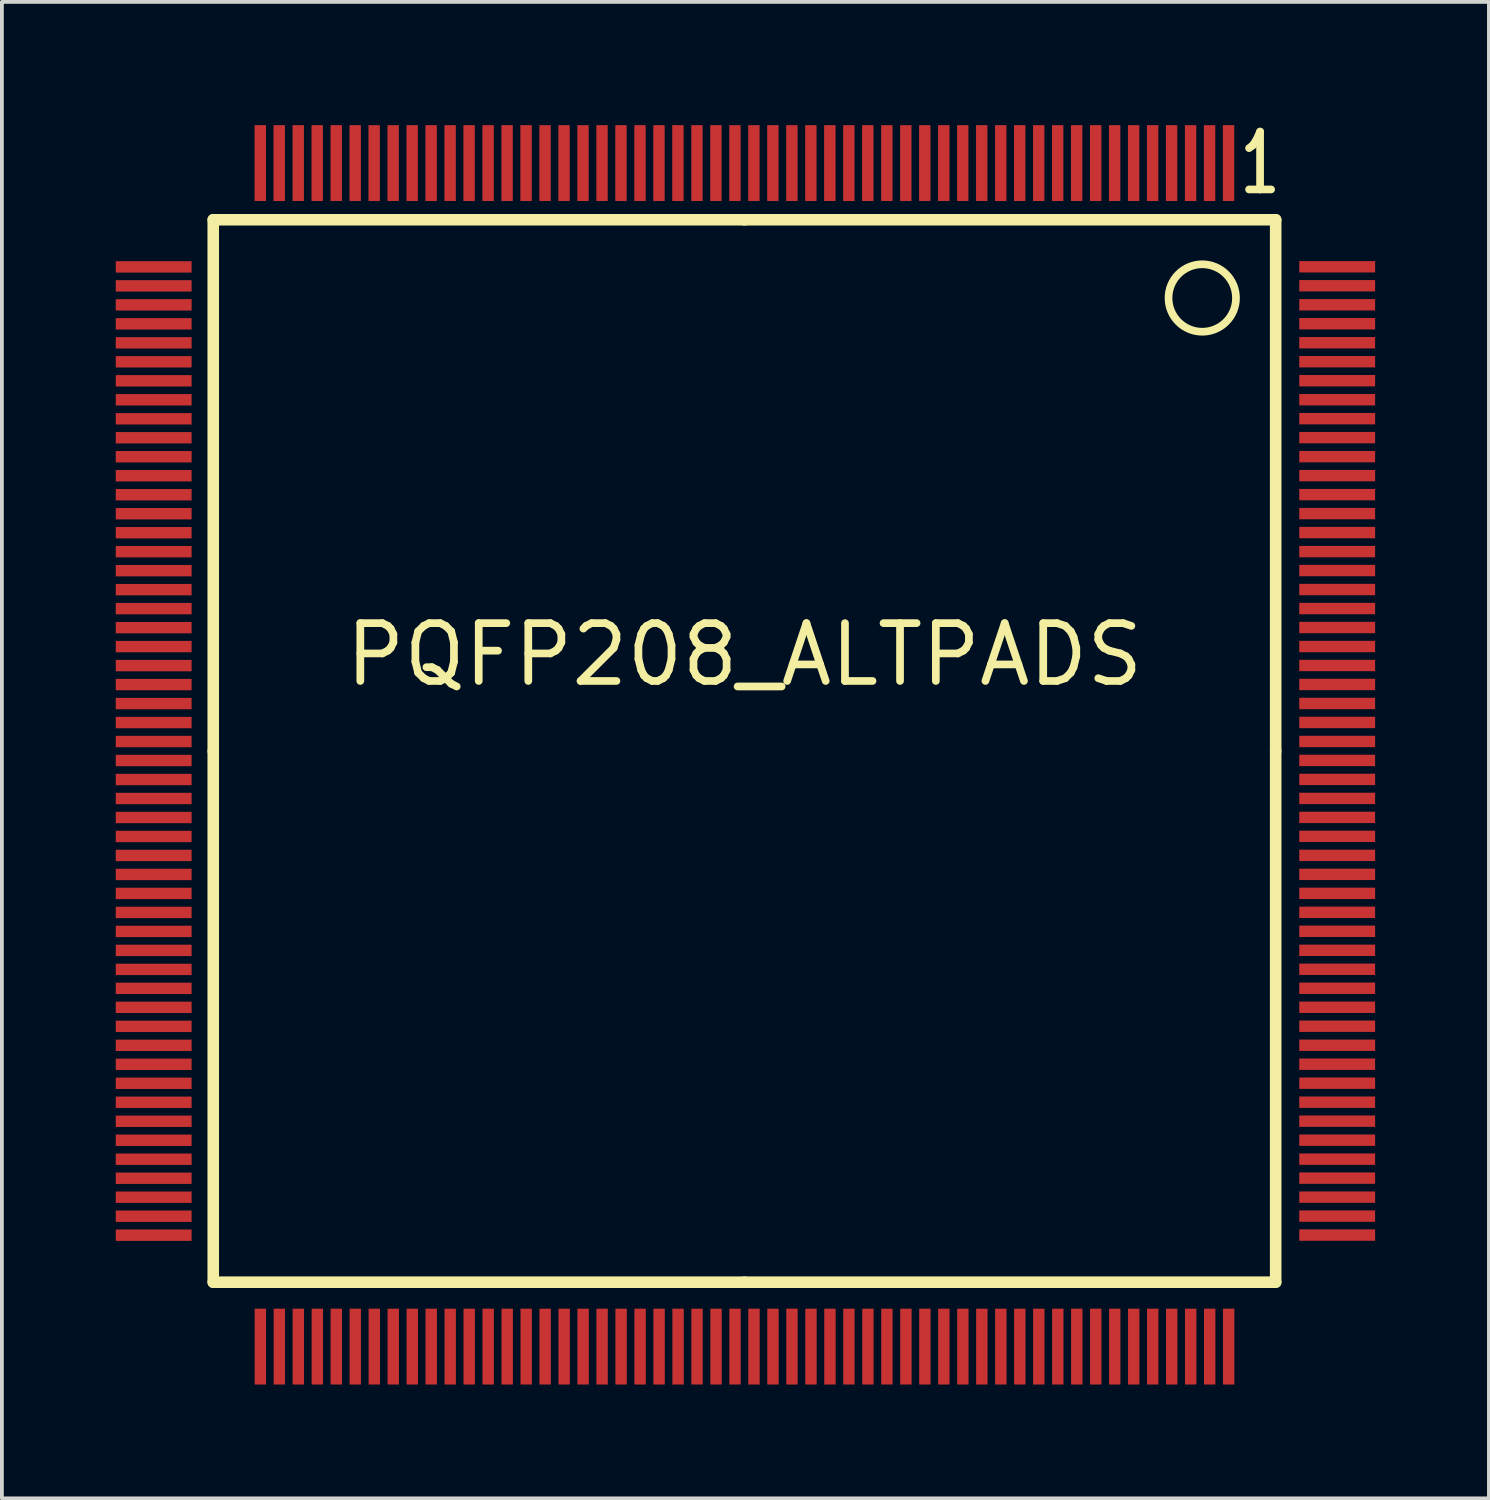
<source format=kicad_pcb>
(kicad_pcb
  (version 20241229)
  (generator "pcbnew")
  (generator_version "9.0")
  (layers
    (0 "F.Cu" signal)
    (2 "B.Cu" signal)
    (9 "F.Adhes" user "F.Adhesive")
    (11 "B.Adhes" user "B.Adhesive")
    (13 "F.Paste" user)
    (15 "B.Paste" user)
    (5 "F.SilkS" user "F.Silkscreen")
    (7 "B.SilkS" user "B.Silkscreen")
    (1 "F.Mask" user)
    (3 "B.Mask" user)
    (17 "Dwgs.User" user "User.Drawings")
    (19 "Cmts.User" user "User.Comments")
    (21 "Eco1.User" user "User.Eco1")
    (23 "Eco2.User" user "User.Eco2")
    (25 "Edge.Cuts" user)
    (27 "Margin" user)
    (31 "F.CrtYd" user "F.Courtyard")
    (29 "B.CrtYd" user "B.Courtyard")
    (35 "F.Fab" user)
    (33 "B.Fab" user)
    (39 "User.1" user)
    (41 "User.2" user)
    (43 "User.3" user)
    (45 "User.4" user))
  (footprint "PQFP208_ALTPADS"
    (layer "F.Cu")
    (at 16.57 16.742)
    (property "Reference" "PQFP208_ALTPADS" (at 0 -2.54 0) (layer "F.SilkS") (effects (font (size 1.524 1.524) (thickness 0.203))))
    (attr smd)
    (fp_line (start -14 -14) (end -14 0) (stroke (width 0.305) (type solid)) (layer "F.SilkS"))
    (fp_line (start -14 0) (end -14 14) (stroke (width 0.305) (type solid)) (layer "F.SilkS"))
    (fp_line (start -14 14) (end 0 14) (stroke (width 0.305) (type solid)) (layer "F.SilkS"))
    (fp_line (start 0 -14) (end -14 -14) (stroke (width 0.305) (type solid)) (layer "F.SilkS"))
    (fp_line (start 0 14) (end 14 14) (stroke (width 0.305) (type solid)) (layer "F.SilkS"))
    (fp_line (start 14 -14) (end 0 -14) (stroke (width 0.305) (type solid)) (layer "F.SilkS"))
    (fp_line (start 14 0) (end 14 -14) (stroke (width 0.305) (type solid)) (layer "F.SilkS"))
    (fp_line (start 14 14) (end 14 0) (stroke (width 0.305) (type solid)) (layer "F.SilkS"))
    (fp_circle (center 12.065 -11.938) (end 12.065 -12.827) (stroke (width 0.203) (type solid)) (fill no) (layer "F.SilkS"))
    (fp_text user "1" (at 13.589 -15.494 0) (layer "F.SilkS") (effects (font (size 1.524 1.016) (thickness 0.203))))
    (pad "1" smd rect (at 12.758 -15.494 90) (size 1.999 0.3) (layers "F.Cu" "F.Mask" "F.Paste"))
    (pad "2" smd rect (at 12.258 -15.494 90) (size 1.999 0.3) (layers "F.Cu" "F.Mask" "F.Paste"))
    (pad "3" smd rect (at 11.758 -15.494 90) (size 1.999 0.3) (layers "F.Cu" "F.Mask" "F.Paste"))
    (pad "4" smd rect (at 11.257 -15.494 90) (size 1.999 0.3) (layers "F.Cu" "F.Mask" "F.Paste"))
    (pad "5" smd rect (at 10.757 -15.494 90) (size 1.999 0.3) (layers "F.Cu" "F.Mask" "F.Paste"))
    (pad "6" smd rect (at 10.257 -15.494 90) (size 1.999 0.3) (layers "F.Cu" "F.Mask" "F.Paste"))
    (pad "7" smd rect (at 9.756 -15.494 90) (size 1.999 0.3) (layers "F.Cu" "F.Mask" "F.Paste"))
    (pad "8" smd rect (at 9.256 -15.494 90) (size 1.999 0.3) (layers "F.Cu" "F.Mask" "F.Paste"))
    (pad "9" smd rect (at 8.755 -15.494 90) (size 1.999 0.3) (layers "F.Cu" "F.Mask" "F.Paste"))
    (pad "10" smd rect (at 8.255 -15.494 90) (size 1.999 0.3) (layers "F.Cu" "F.Mask" "F.Paste"))
    (pad "11" smd rect (at 7.755 -15.494 90) (size 1.999 0.3) (layers "F.Cu" "F.Mask" "F.Paste"))
    (pad "12" smd rect (at 7.254 -15.494 90) (size 1.999 0.3) (layers "F.Cu" "F.Mask" "F.Paste"))
    (pad "13" smd rect (at 6.754 -15.494 90) (size 1.999 0.3) (layers "F.Cu" "F.Mask" "F.Paste"))
    (pad "14" smd rect (at 6.253 -15.494 90) (size 1.999 0.3) (layers "F.Cu" "F.Mask" "F.Paste"))
    (pad "15" smd rect (at 5.753 -15.494 90) (size 1.999 0.3) (layers "F.Cu" "F.Mask" "F.Paste"))
    (pad "16" smd rect (at 5.253 -15.494 90) (size 1.999 0.3) (layers "F.Cu" "F.Mask" "F.Paste"))
    (pad "17" smd rect (at 4.752 -15.494 90) (size 1.999 0.3) (layers "F.Cu" "F.Mask" "F.Paste"))
    (pad "18" smd rect (at 4.252 -15.494 90) (size 1.999 0.3) (layers "F.Cu" "F.Mask" "F.Paste"))
    (pad "19" smd rect (at 3.752 -15.494 90) (size 1.999 0.3) (layers "F.Cu" "F.Mask" "F.Paste"))
    (pad "20" smd rect (at 3.251 -15.494 90) (size 1.999 0.3) (layers "F.Cu" "F.Mask" "F.Paste"))
    (pad "21" smd rect (at 2.751 -15.494 90) (size 1.999 0.3) (layers "F.Cu" "F.Mask" "F.Paste"))
    (pad "22" smd rect (at 2.25 -15.494 90) (size 1.999 0.3) (layers "F.Cu" "F.Mask" "F.Paste"))
    (pad "23" smd rect (at 1.75 -15.494 90) (size 1.999 0.3) (layers "F.Cu" "F.Mask" "F.Paste"))
    (pad "24" smd rect (at 1.25 -15.494 90) (size 1.999 0.3) (layers "F.Cu" "F.Mask" "F.Paste"))
    (pad "25" smd rect (at 0.749 -15.494 90) (size 1.999 0.3) (layers "F.Cu" "F.Mask" "F.Paste"))
    (pad "26" smd rect (at 0.249 -15.494 90) (size 1.999 0.3) (layers "F.Cu" "F.Mask" "F.Paste"))
    (pad "27" smd rect (at -0.251 -15.494 90) (size 1.999 0.3) (layers "F.Cu" "F.Mask" "F.Paste"))
    (pad "28" smd rect (at -0.752 -15.494 90) (size 1.999 0.3) (layers "F.Cu" "F.Mask" "F.Paste"))
    (pad "29" smd rect (at -1.252 -15.494 90) (size 1.999 0.3) (layers "F.Cu" "F.Mask" "F.Paste"))
    (pad "30" smd rect (at -1.753 -15.494 90) (size 1.999 0.3) (layers "F.Cu" "F.Mask" "F.Paste"))
    (pad "31" smd rect (at -2.253 -15.494 90) (size 1.999 0.3) (layers "F.Cu" "F.Mask" "F.Paste"))
    (pad "32" smd rect (at -2.753 -15.494 90) (size 1.999 0.3) (layers "F.Cu" "F.Mask" "F.Paste"))
    (pad "33" smd rect (at -3.254 -15.494 90) (size 1.999 0.3) (layers "F.Cu" "F.Mask" "F.Paste"))
    (pad "34" smd rect (at -3.754 -15.494 90) (size 1.999 0.3) (layers "F.Cu" "F.Mask" "F.Paste"))
    (pad "35" smd rect (at -4.255 -15.494 90) (size 1.999 0.3) (layers "F.Cu" "F.Mask" "F.Paste"))
    (pad "36" smd rect (at -4.755 -15.494 90) (size 1.999 0.3) (layers "F.Cu" "F.Mask" "F.Paste"))
    (pad "37" smd rect (at -5.255 -15.494 90) (size 1.999 0.3) (layers "F.Cu" "F.Mask" "F.Paste"))
    (pad "38" smd rect (at -5.756 -15.494 90) (size 1.999 0.3) (layers "F.Cu" "F.Mask" "F.Paste"))
    (pad "39" smd rect (at -6.256 -15.494 90) (size 1.999 0.3) (layers "F.Cu" "F.Mask" "F.Paste"))
    (pad "40" smd rect (at -6.756 -15.494 90) (size 1.999 0.3) (layers "F.Cu" "F.Mask" "F.Paste"))
    (pad "41" smd rect (at -7.257 -15.494 90) (size 1.999 0.3) (layers "F.Cu" "F.Mask" "F.Paste"))
    (pad "42" smd rect (at -7.757 -15.494 90) (size 1.999 0.3) (layers "F.Cu" "F.Mask" "F.Paste"))
    (pad "43" smd rect (at -8.258 -15.494 90) (size 1.999 0.3) (layers "F.Cu" "F.Mask" "F.Paste"))
    (pad "44" smd rect (at -8.758 -15.494 90) (size 1.999 0.3) (layers "F.Cu" "F.Mask" "F.Paste"))
    (pad "45" smd rect (at -9.258 -15.494 90) (size 1.999 0.3) (layers "F.Cu" "F.Mask" "F.Paste"))
    (pad "46" smd rect (at -9.759 -15.494 90) (size 1.999 0.3) (layers "F.Cu" "F.Mask" "F.Paste"))
    (pad "47" smd rect (at -10.259 -15.494 90) (size 1.999 0.3) (layers "F.Cu" "F.Mask" "F.Paste"))
    (pad "48" smd rect (at -10.759 -15.494 90) (size 1.999 0.3) (layers "F.Cu" "F.Mask" "F.Paste"))
    (pad "49" smd rect (at -11.26 -15.494 90) (size 1.999 0.3) (layers "F.Cu" "F.Mask" "F.Paste"))
    (pad "50" smd rect (at -11.76 -15.494 90) (size 1.999 0.3) (layers "F.Cu" "F.Mask" "F.Paste"))
    (pad "51" smd rect (at -12.261 -15.494 90) (size 1.999 0.3) (layers "F.Cu" "F.Mask" "F.Paste"))
    (pad "52" smd rect (at -12.761 -15.494 90) (size 1.999 0.3) (layers "F.Cu" "F.Mask" "F.Paste"))
    (pad "53" smd rect (at -15.57 -12.758) (size 1.999 0.3) (layers "F.Cu" "F.Mask" "F.Paste"))
    (pad "54" smd rect (at -15.57 -12.258) (size 1.999 0.3) (layers "F.Cu" "F.Mask" "F.Paste"))
    (pad "55" smd rect (at -15.57 -11.758) (size 1.999 0.3) (layers "F.Cu" "F.Mask" "F.Paste"))
    (pad "56" smd rect (at -15.57 -11.257) (size 1.999 0.3) (layers "F.Cu" "F.Mask" "F.Paste"))
    (pad "57" smd rect (at -15.57 -10.757) (size 1.999 0.3) (layers "F.Cu" "F.Mask" "F.Paste"))
    (pad "58" smd rect (at -15.57 -10.257) (size 1.999 0.3) (layers "F.Cu" "F.Mask" "F.Paste"))
    (pad "59" smd rect (at -15.57 -9.756) (size 1.999 0.3) (layers "F.Cu" "F.Mask" "F.Paste"))
    (pad "60" smd rect (at -15.57 -9.256) (size 1.999 0.3) (layers "F.Cu" "F.Mask" "F.Paste"))
    (pad "61" smd rect (at -15.57 -8.755) (size 1.999 0.3) (layers "F.Cu" "F.Mask" "F.Paste"))
    (pad "62" smd rect (at -15.57 -8.255) (size 1.999 0.3) (layers "F.Cu" "F.Mask" "F.Paste"))
    (pad "63" smd rect (at -15.57 -7.755) (size 1.999 0.3) (layers "F.Cu" "F.Mask" "F.Paste"))
    (pad "64" smd rect (at -15.57 -7.254) (size 1.999 0.3) (layers "F.Cu" "F.Mask" "F.Paste"))
    (pad "65" smd rect (at -15.57 -6.754) (size 1.999 0.3) (layers "F.Cu" "F.Mask" "F.Paste"))
    (pad "66" smd rect (at -15.57 -6.253) (size 1.999 0.3) (layers "F.Cu" "F.Mask" "F.Paste"))
    (pad "67" smd rect (at -15.57 -5.753) (size 1.999 0.3) (layers "F.Cu" "F.Mask" "F.Paste"))
    (pad "68" smd rect (at -15.57 -5.253) (size 1.999 0.3) (layers "F.Cu" "F.Mask" "F.Paste"))
    (pad "69" smd rect (at -15.57 -4.752) (size 1.999 0.3) (layers "F.Cu" "F.Mask" "F.Paste"))
    (pad "70" smd rect (at -15.57 -4.252) (size 1.999 0.3) (layers "F.Cu" "F.Mask" "F.Paste"))
    (pad "71" smd rect (at -15.57 -3.752) (size 1.999 0.3) (layers "F.Cu" "F.Mask" "F.Paste"))
    (pad "72" smd rect (at -15.57 -3.251) (size 1.999 0.3) (layers "F.Cu" "F.Mask" "F.Paste"))
    (pad "73" smd rect (at -15.57 -2.751) (size 1.999 0.3) (layers "F.Cu" "F.Mask" "F.Paste"))
    (pad "74" smd rect (at -15.57 -2.25) (size 1.999 0.3) (layers "F.Cu" "F.Mask" "F.Paste"))
    (pad "75" smd rect (at -15.57 -1.75) (size 1.999 0.3) (layers "F.Cu" "F.Mask" "F.Paste"))
    (pad "76" smd rect (at -15.57 -1.25) (size 1.999 0.3) (layers "F.Cu" "F.Mask" "F.Paste"))
    (pad "77" smd rect (at -15.57 -0.749) (size 1.999 0.3) (layers "F.Cu" "F.Mask" "F.Paste"))
    (pad "78" smd rect (at -15.57 -0.249) (size 1.999 0.3) (layers "F.Cu" "F.Mask" "F.Paste"))
    (pad "79" smd rect (at -15.57 0.251) (size 1.999 0.3) (layers "F.Cu" "F.Mask" "F.Paste"))
    (pad "80" smd rect (at -15.57 0.752) (size 1.999 0.3) (layers "F.Cu" "F.Mask" "F.Paste"))
    (pad "81" smd rect (at -15.57 1.252) (size 1.999 0.3) (layers "F.Cu" "F.Mask" "F.Paste"))
    (pad "82" smd rect (at -15.57 1.753) (size 1.999 0.3) (layers "F.Cu" "F.Mask" "F.Paste"))
    (pad "83" smd rect (at -15.57 2.253) (size 1.999 0.3) (layers "F.Cu" "F.Mask" "F.Paste"))
    (pad "84" smd rect (at -15.57 2.753) (size 1.999 0.3) (layers "F.Cu" "F.Mask" "F.Paste"))
    (pad "85" smd rect (at -15.57 3.254) (size 1.999 0.3) (layers "F.Cu" "F.Mask" "F.Paste"))
    (pad "86" smd rect (at -15.57 3.754) (size 1.999 0.3) (layers "F.Cu" "F.Mask" "F.Paste"))
    (pad "87" smd rect (at -15.57 4.255) (size 1.999 0.3) (layers "F.Cu" "F.Mask" "F.Paste"))
    (pad "88" smd rect (at -15.57 4.755) (size 1.999 0.3) (layers "F.Cu" "F.Mask" "F.Paste"))
    (pad "89" smd rect (at -15.57 5.255) (size 1.999 0.3) (layers "F.Cu" "F.Mask" "F.Paste"))
    (pad "90" smd rect (at -15.57 5.756) (size 1.999 0.3) (layers "F.Cu" "F.Mask" "F.Paste"))
    (pad "91" smd rect (at -15.57 6.256) (size 1.999 0.3) (layers "F.Cu" "F.Mask" "F.Paste"))
    (pad "92" smd rect (at -15.57 6.756) (size 1.999 0.3) (layers "F.Cu" "F.Mask" "F.Paste"))
    (pad "93" smd rect (at -15.57 7.257) (size 1.999 0.3) (layers "F.Cu" "F.Mask" "F.Paste"))
    (pad "94" smd rect (at -15.57 7.757) (size 1.999 0.3) (layers "F.Cu" "F.Mask" "F.Paste"))
    (pad "95" smd rect (at -15.57 8.258) (size 1.999 0.3) (layers "F.Cu" "F.Mask" "F.Paste"))
    (pad "96" smd rect (at -15.57 8.758) (size 1.999 0.3) (layers "F.Cu" "F.Mask" "F.Paste"))
    (pad "97" smd rect (at -15.57 9.258) (size 1.999 0.3) (layers "F.Cu" "F.Mask" "F.Paste"))
    (pad "98" smd rect (at -15.57 9.759) (size 1.999 0.3) (layers "F.Cu" "F.Mask" "F.Paste"))
    (pad "99" smd rect (at -15.57 10.259) (size 1.999 0.3) (layers "F.Cu" "F.Mask" "F.Paste"))
    (pad "100" smd rect (at -15.57 10.759) (size 1.999 0.3) (layers "F.Cu" "F.Mask" "F.Paste"))
    (pad "101" smd rect (at -15.57 11.26) (size 1.999 0.3) (layers "F.Cu" "F.Mask" "F.Paste"))
    (pad "102" smd rect (at -15.57 11.76) (size 1.999 0.3) (layers "F.Cu" "F.Mask" "F.Paste"))
    (pad "103" smd rect (at -15.57 12.261) (size 1.999 0.3) (layers "F.Cu" "F.Mask" "F.Paste"))
    (pad "104" smd rect (at -15.57 12.761) (size 1.999 0.3) (layers "F.Cu" "F.Mask" "F.Paste"))
    (pad "105" smd rect (at -12.758 15.697 90) (size 1.999 0.3) (layers "F.Cu" "F.Mask" "F.Paste"))
    (pad "106" smd rect (at -12.258 15.697 90) (size 1.999 0.3) (layers "F.Cu" "F.Mask" "F.Paste"))
    (pad "107" smd rect (at -11.758 15.697 90) (size 1.999 0.3) (layers "F.Cu" "F.Mask" "F.Paste"))
    (pad "108" smd rect (at -11.257 15.697 90) (size 1.999 0.3) (layers "F.Cu" "F.Mask" "F.Paste"))
    (pad "109" smd rect (at -10.757 15.697 90) (size 1.999 0.3) (layers "F.Cu" "F.Mask" "F.Paste"))
    (pad "110" smd rect (at -10.257 15.697 90) (size 1.999 0.3) (layers "F.Cu" "F.Mask" "F.Paste"))
    (pad "111" smd rect (at -9.756 15.697 90) (size 1.999 0.3) (layers "F.Cu" "F.Mask" "F.Paste"))
    (pad "112" smd rect (at -9.256 15.697 90) (size 1.999 0.3) (layers "F.Cu" "F.Mask" "F.Paste"))
    (pad "113" smd rect (at -8.755 15.697 90) (size 1.999 0.3) (layers "F.Cu" "F.Mask" "F.Paste"))
    (pad "114" smd rect (at -8.255 15.697 90) (size 1.999 0.3) (layers "F.Cu" "F.Mask" "F.Paste"))
    (pad "115" smd rect (at -7.755 15.697 90) (size 1.999 0.3) (layers "F.Cu" "F.Mask" "F.Paste"))
    (pad "116" smd rect (at -7.254 15.697 90) (size 1.999 0.3) (layers "F.Cu" "F.Mask" "F.Paste"))
    (pad "117" smd rect (at -6.754 15.697 90) (size 1.999 0.3) (layers "F.Cu" "F.Mask" "F.Paste"))
    (pad "118" smd rect (at -6.253 15.697 90) (size 1.999 0.3) (layers "F.Cu" "F.Mask" "F.Paste"))
    (pad "119" smd rect (at -5.753 15.697 90) (size 1.999 0.3) (layers "F.Cu" "F.Mask" "F.Paste"))
    (pad "120" smd rect (at -5.253 15.697 90) (size 1.999 0.3) (layers "F.Cu" "F.Mask" "F.Paste"))
    (pad "121" smd rect (at -4.752 15.697 90) (size 1.999 0.3) (layers "F.Cu" "F.Mask" "F.Paste"))
    (pad "122" smd rect (at -4.252 15.697 90) (size 1.999 0.3) (layers "F.Cu" "F.Mask" "F.Paste"))
    (pad "123" smd rect (at -3.752 15.697 90) (size 1.999 0.3) (layers "F.Cu" "F.Mask" "F.Paste"))
    (pad "124" smd rect (at -3.251 15.697 90) (size 1.999 0.3) (layers "F.Cu" "F.Mask" "F.Paste"))
    (pad "125" smd rect (at -2.751 15.697 90) (size 1.999 0.3) (layers "F.Cu" "F.Mask" "F.Paste"))
    (pad "126" smd rect (at -2.25 15.697 90) (size 1.999 0.3) (layers "F.Cu" "F.Mask" "F.Paste"))
    (pad "127" smd rect (at -1.75 15.697 90) (size 1.999 0.3) (layers "F.Cu" "F.Mask" "F.Paste"))
    (pad "128" smd rect (at -1.25 15.697 90) (size 1.999 0.3) (layers "F.Cu" "F.Mask" "F.Paste"))
    (pad "129" smd rect (at -0.749 15.697 90) (size 1.999 0.3) (layers "F.Cu" "F.Mask" "F.Paste"))
    (pad "130" smd rect (at -0.249 15.697 90) (size 1.999 0.3) (layers "F.Cu" "F.Mask" "F.Paste"))
    (pad "131" smd rect (at 0.251 15.697 90) (size 1.999 0.3) (layers "F.Cu" "F.Mask" "F.Paste"))
    (pad "132" smd rect (at 0.752 15.697 90) (size 1.999 0.3) (layers "F.Cu" "F.Mask" "F.Paste"))
    (pad "133" smd rect (at 1.252 15.697 90) (size 1.999 0.3) (layers "F.Cu" "F.Mask" "F.Paste"))
    (pad "134" smd rect (at 1.753 15.697 90) (size 1.999 0.3) (layers "F.Cu" "F.Mask" "F.Paste"))
    (pad "135" smd rect (at 2.253 15.697 90) (size 1.999 0.3) (layers "F.Cu" "F.Mask" "F.Paste"))
    (pad "136" smd rect (at 2.753 15.697 90) (size 1.999 0.3) (layers "F.Cu" "F.Mask" "F.Paste"))
    (pad "137" smd rect (at 3.254 15.697 90) (size 1.999 0.3) (layers "F.Cu" "F.Mask" "F.Paste"))
    (pad "138" smd rect (at 3.754 15.697 90) (size 1.999 0.3) (layers "F.Cu" "F.Mask" "F.Paste"))
    (pad "139" smd rect (at 4.255 15.697 90) (size 1.999 0.3) (layers "F.Cu" "F.Mask" "F.Paste"))
    (pad "140" smd rect (at 4.755 15.697 90) (size 1.999 0.3) (layers "F.Cu" "F.Mask" "F.Paste"))
    (pad "141" smd rect (at 5.255 15.697 90) (size 1.999 0.3) (layers "F.Cu" "F.Mask" "F.Paste"))
    (pad "142" smd rect (at 5.756 15.697 90) (size 1.999 0.3) (layers "F.Cu" "F.Mask" "F.Paste"))
    (pad "143" smd rect (at 6.256 15.697 90) (size 1.999 0.3) (layers "F.Cu" "F.Mask" "F.Paste"))
    (pad "144" smd rect (at 6.756 15.697 90) (size 1.999 0.3) (layers "F.Cu" "F.Mask" "F.Paste"))
    (pad "145" smd rect (at 7.257 15.697 90) (size 1.999 0.3) (layers "F.Cu" "F.Mask" "F.Paste"))
    (pad "146" smd rect (at 7.757 15.697 90) (size 1.999 0.3) (layers "F.Cu" "F.Mask" "F.Paste"))
    (pad "147" smd rect (at 8.258 15.697 90) (size 1.999 0.3) (layers "F.Cu" "F.Mask" "F.Paste"))
    (pad "148" smd rect (at 8.758 15.697 90) (size 1.999 0.3) (layers "F.Cu" "F.Mask" "F.Paste"))
    (pad "149" smd rect (at 9.258 15.697 90) (size 1.999 0.3) (layers "F.Cu" "F.Mask" "F.Paste"))
    (pad "150" smd rect (at 9.759 15.697 90) (size 1.999 0.3) (layers "F.Cu" "F.Mask" "F.Paste"))
    (pad "151" smd rect (at 10.259 15.697 90) (size 1.999 0.3) (layers "F.Cu" "F.Mask" "F.Paste"))
    (pad "152" smd rect (at 10.759 15.697 90) (size 1.999 0.3) (layers "F.Cu" "F.Mask" "F.Paste"))
    (pad "153" smd rect (at 11.26 15.697 90) (size 1.999 0.3) (layers "F.Cu" "F.Mask" "F.Paste"))
    (pad "154" smd rect (at 11.76 15.697 90) (size 1.999 0.3) (layers "F.Cu" "F.Mask" "F.Paste"))
    (pad "155" smd rect (at 12.261 15.697 90) (size 1.999 0.3) (layers "F.Cu" "F.Mask" "F.Paste"))
    (pad "156" smd rect (at 12.761 15.697 90) (size 1.999 0.3) (layers "F.Cu" "F.Mask" "F.Paste"))
    (pad "157" smd rect (at 15.621 12.758) (size 1.999 0.3) (layers "F.Cu" "F.Mask" "F.Paste"))
    (pad "158" smd rect (at 15.621 12.258) (size 1.999 0.3) (layers "F.Cu" "F.Mask" "F.Paste"))
    (pad "159" smd rect (at 15.621 11.758) (size 1.999 0.3) (layers "F.Cu" "F.Mask" "F.Paste"))
    (pad "160" smd rect (at 15.621 11.257) (size 1.999 0.3) (layers "F.Cu" "F.Mask" "F.Paste"))
    (pad "161" smd rect (at 15.621 10.757) (size 1.999 0.3) (layers "F.Cu" "F.Mask" "F.Paste"))
    (pad "162" smd rect (at 15.621 10.257) (size 1.999 0.3) (layers "F.Cu" "F.Mask" "F.Paste"))
    (pad "163" smd rect (at 15.621 9.756) (size 1.999 0.3) (layers "F.Cu" "F.Mask" "F.Paste"))
    (pad "164" smd rect (at 15.621 9.256) (size 1.999 0.3) (layers "F.Cu" "F.Mask" "F.Paste"))
    (pad "165" smd rect (at 15.621 8.755) (size 1.999 0.3) (layers "F.Cu" "F.Mask" "F.Paste"))
    (pad "166" smd rect (at 15.621 8.255) (size 1.999 0.3) (layers "F.Cu" "F.Mask" "F.Paste"))
    (pad "167" smd rect (at 15.621 7.755) (size 1.999 0.3) (layers "F.Cu" "F.Mask" "F.Paste"))
    (pad "168" smd rect (at 15.621 7.254) (size 1.999 0.3) (layers "F.Cu" "F.Mask" "F.Paste"))
    (pad "169" smd rect (at 15.621 6.754) (size 1.999 0.3) (layers "F.Cu" "F.Mask" "F.Paste"))
    (pad "170" smd rect (at 15.621 6.253) (size 1.999 0.3) (layers "F.Cu" "F.Mask" "F.Paste"))
    (pad "171" smd rect (at 15.621 5.753) (size 1.999 0.3) (layers "F.Cu" "F.Mask" "F.Paste"))
    (pad "172" smd rect (at 15.621 5.253) (size 1.999 0.3) (layers "F.Cu" "F.Mask" "F.Paste"))
    (pad "173" smd rect (at 15.621 4.752) (size 1.999 0.3) (layers "F.Cu" "F.Mask" "F.Paste"))
    (pad "174" smd rect (at 15.621 4.252) (size 1.999 0.3) (layers "F.Cu" "F.Mask" "F.Paste"))
    (pad "175" smd rect (at 15.621 3.752) (size 1.999 0.3) (layers "F.Cu" "F.Mask" "F.Paste"))
    (pad "176" smd rect (at 15.621 3.251) (size 1.999 0.3) (layers "F.Cu" "F.Mask" "F.Paste"))
    (pad "177" smd rect (at 15.621 2.751) (size 1.999 0.3) (layers "F.Cu" "F.Mask" "F.Paste"))
    (pad "178" smd rect (at 15.621 2.25) (size 1.999 0.3) (layers "F.Cu" "F.Mask" "F.Paste"))
    (pad "179" smd rect (at 15.621 1.75) (size 1.999 0.3) (layers "F.Cu" "F.Mask" "F.Paste"))
    (pad "180" smd rect (at 15.621 1.25) (size 1.999 0.3) (layers "F.Cu" "F.Mask" "F.Paste"))
    (pad "181" smd rect (at 15.621 0.749) (size 1.999 0.3) (layers "F.Cu" "F.Mask" "F.Paste"))
    (pad "182" smd rect (at 15.621 0.249) (size 1.999 0.3) (layers "F.Cu" "F.Mask" "F.Paste"))
    (pad "183" smd rect (at 15.621 -0.251) (size 1.999 0.3) (layers "F.Cu" "F.Mask" "F.Paste"))
    (pad "184" smd rect (at 15.621 -0.752) (size 1.999 0.3) (layers "F.Cu" "F.Mask" "F.Paste"))
    (pad "185" smd rect (at 15.621 -1.252) (size 1.999 0.3) (layers "F.Cu" "F.Mask" "F.Paste"))
    (pad "186" smd rect (at 15.621 -1.753) (size 1.999 0.3) (layers "F.Cu" "F.Mask" "F.Paste"))
    (pad "187" smd rect (at 15.621 -2.253) (size 1.999 0.3) (layers "F.Cu" "F.Mask" "F.Paste"))
    (pad "188" smd rect (at 15.621 -2.753) (size 1.999 0.3) (layers "F.Cu" "F.Mask" "F.Paste"))
    (pad "189" smd rect (at 15.621 -3.254) (size 1.999 0.3) (layers "F.Cu" "F.Mask" "F.Paste"))
    (pad "190" smd rect (at 15.621 -3.754) (size 1.999 0.3) (layers "F.Cu" "F.Mask" "F.Paste"))
    (pad "191" smd rect (at 15.621 -4.255) (size 1.999 0.3) (layers "F.Cu" "F.Mask" "F.Paste"))
    (pad "192" smd rect (at 15.621 -4.755) (size 1.999 0.3) (layers "F.Cu" "F.Mask" "F.Paste"))
    (pad "193" smd rect (at 15.621 -5.255) (size 1.999 0.3) (layers "F.Cu" "F.Mask" "F.Paste"))
    (pad "194" smd rect (at 15.621 -5.756) (size 1.999 0.3) (layers "F.Cu" "F.Mask" "F.Paste"))
    (pad "195" smd rect (at 15.621 -6.256) (size 1.999 0.3) (layers "F.Cu" "F.Mask" "F.Paste"))
    (pad "196" smd rect (at 15.621 -6.756) (size 1.999 0.3) (layers "F.Cu" "F.Mask" "F.Paste"))
    (pad "197" smd rect (at 15.621 -7.257) (size 1.999 0.3) (layers "F.Cu" "F.Mask" "F.Paste"))
    (pad "198" smd rect (at 15.621 -7.757) (size 1.999 0.3) (layers "F.Cu" "F.Mask" "F.Paste"))
    (pad "199" smd rect (at 15.621 -8.258) (size 1.999 0.3) (layers "F.Cu" "F.Mask" "F.Paste"))
    (pad "200" smd rect (at 15.621 -8.758) (size 1.999 0.3) (layers "F.Cu" "F.Mask" "F.Paste"))
    (pad "201" smd rect (at 15.621 -9.258) (size 1.999 0.3) (layers "F.Cu" "F.Mask" "F.Paste"))
    (pad "202" smd rect (at 15.621 -9.759) (size 1.999 0.3) (layers "F.Cu" "F.Mask" "F.Paste"))
    (pad "203" smd rect (at 15.621 -10.259) (size 1.999 0.3) (layers "F.Cu" "F.Mask" "F.Paste"))
    (pad "204" smd rect (at 15.621 -10.759) (size 1.999 0.3) (layers "F.Cu" "F.Mask" "F.Paste"))
    (pad "205" smd rect (at 15.621 -11.26) (size 1.999 0.3) (layers "F.Cu" "F.Mask" "F.Paste"))
    (pad "206" smd rect (at 15.621 -11.76) (size 1.999 0.3) (layers "F.Cu" "F.Mask" "F.Paste"))
    (pad "207" smd rect (at 15.621 -12.261) (size 1.999 0.3) (layers "F.Cu" "F.Mask" "F.Paste"))
    (pad "208" smd rect (at 15.621 -12.761) (size 1.999 0.3) (layers "F.Cu" "F.Mask" "F.Paste")))
  (gr_rect
    (start -3 -3)
    (end 36.19 36.439)
    (stroke (width 0.1) (type default))
    (fill no)
    (layer "Edge.Cuts")))
</source>
